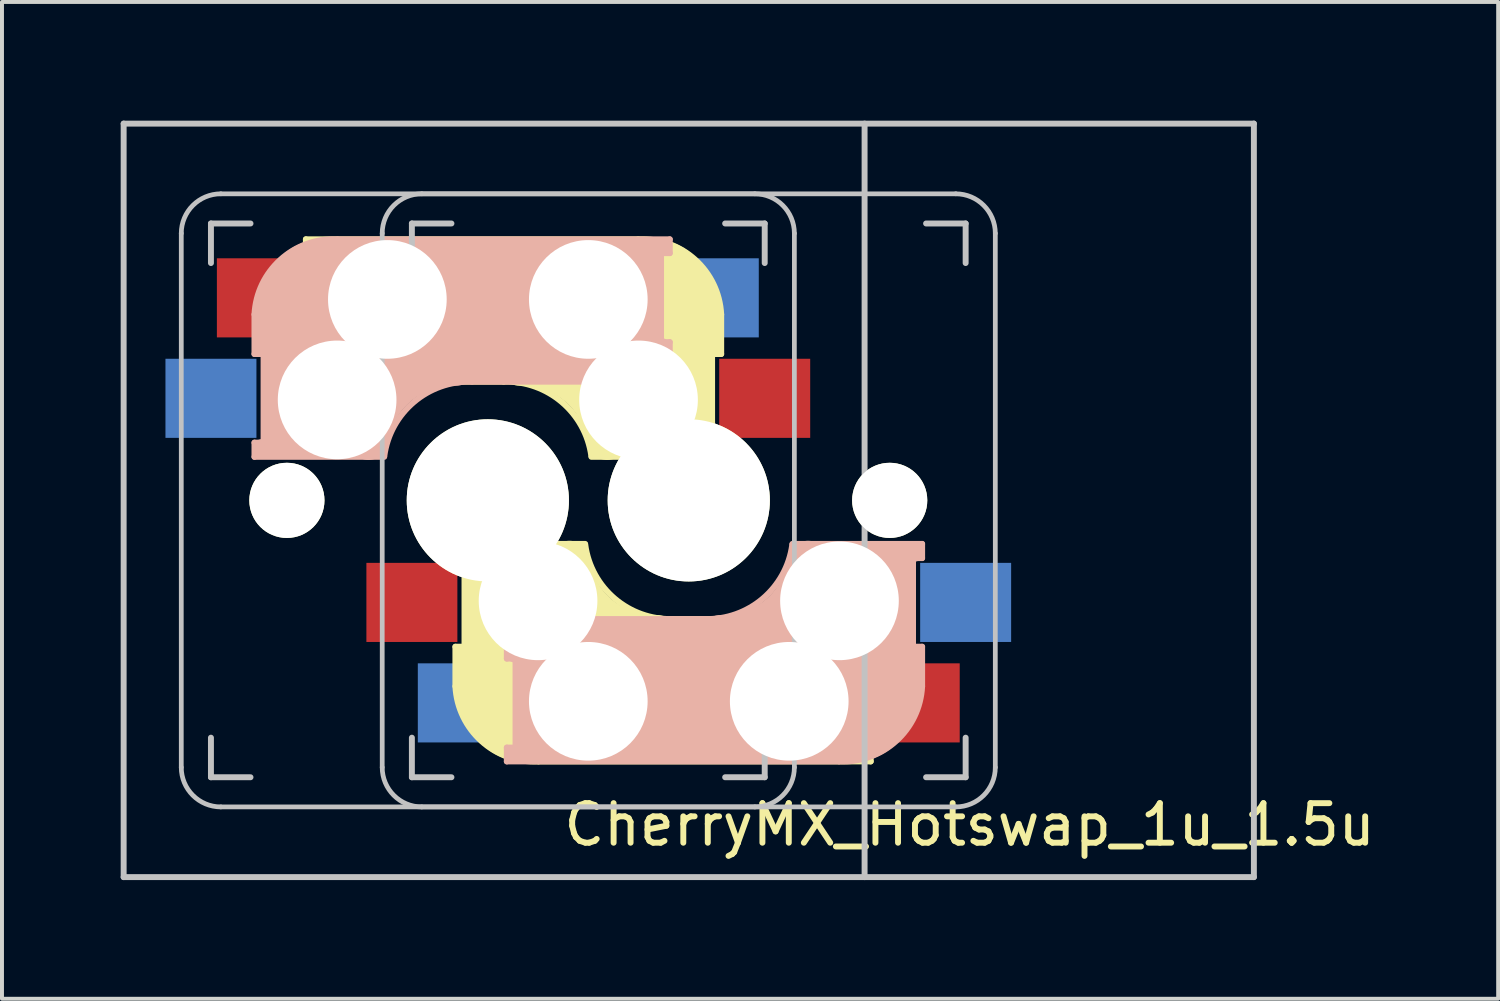
<source format=kicad_pcb>
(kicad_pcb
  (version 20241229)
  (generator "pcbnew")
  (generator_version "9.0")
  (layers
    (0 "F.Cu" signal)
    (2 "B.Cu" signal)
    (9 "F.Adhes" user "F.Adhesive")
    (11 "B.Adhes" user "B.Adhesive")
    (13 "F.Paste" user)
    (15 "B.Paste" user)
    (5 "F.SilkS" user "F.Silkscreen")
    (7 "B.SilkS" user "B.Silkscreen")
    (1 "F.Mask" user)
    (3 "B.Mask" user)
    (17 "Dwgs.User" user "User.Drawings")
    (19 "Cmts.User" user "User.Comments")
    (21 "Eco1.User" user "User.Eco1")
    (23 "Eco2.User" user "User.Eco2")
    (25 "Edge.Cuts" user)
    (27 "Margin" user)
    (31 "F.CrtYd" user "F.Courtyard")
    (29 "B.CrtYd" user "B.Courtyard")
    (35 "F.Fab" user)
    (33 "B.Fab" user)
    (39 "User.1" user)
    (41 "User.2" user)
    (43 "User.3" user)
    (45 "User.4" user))
  (footprint "CherryMX_Hotswap_1u_1.5u"
    (layer "F.Cu")
    (at 14.363 9.6)
    (property "Reference" "CherryMX_Hotswap_1u_1.5u" (at 7.1 8.2 0) (layer "F.SilkS") (effects (font (size 1 1) (thickness 0.15))))
    (attr through_hole)
    (fp_line (start -9.68 -6.6) (end -1.28 -6.6) (stroke (width 0.15) (type solid)) (layer "F.SilkS"))
    (fp_line (start -9.68 -6.25) (end -9.68 -6.6) (stroke (width 0.15) (type solid)) (layer "F.SilkS"))
    (fp_line (start -9.68 -4) (end -9.48 -4) (stroke (width 0.15) (type solid)) (layer "F.SilkS"))
    (fp_line (start -9.68 -3) (end -9.68 -4) (stroke (width 0.15) (type solid)) (layer "F.SilkS"))
    (fp_line (start -9.48 -6.4) (end -8.08 -6.4) (stroke (width 0.4) (type solid)) (layer "F.SilkS"))
    (fp_line (start -9.48 -6.25) (end -9.68 -6.25) (stroke (width 0.15) (type solid)) (layer "F.SilkS"))
    (fp_line (start -9.48 -3.9) (end -9.48 -3.2) (stroke (width 0.4) (type solid)) (layer "F.SilkS"))
    (fp_line (start -9.46 -4) (end -9.46 -6.25) (stroke (width 0.15) (type solid)) (layer "F.SilkS"))
    (fp_line (start -9.38 -3.3) (end -7.98 -3.3) (stroke (width 0.5) (type solid)) (layer "F.SilkS"))
    (fp_line (start -8.98 -6) (end -8.98 -3.5) (stroke (width 1) (type solid)) (layer "F.SilkS"))
    (fp_line (start -7.68 -4.8) (end -0.98 -4.8) (stroke (width 3.5) (type solid)) (layer "F.SilkS"))
    (fp_line (start -5.9 1.1) (end -5.9 1.46) (stroke (width 0.15) (type solid)) (layer "F.SilkS"))
    (fp_line (start -5.9 1.1) (end -2.62 1.1) (stroke (width 0.15) (type solid)) (layer "F.SilkS"))
    (fp_line (start -5.9 3.7) (end -5.7 3.7) (stroke (width 0.15) (type solid)) (layer "F.SilkS"))
    (fp_line (start -5.9 4.7) (end -5.9 3.7) (stroke (width 0.15) (type solid)) (layer "F.SilkS"))
    (fp_line (start -5.8 3.8) (end -5.8 4.7) (stroke (width 0.3) (type solid)) (layer "F.SilkS"))
    (fp_line (start -5.7 1.3) (end -3 1.3) (stroke (width 0.5) (type solid)) (layer "F.SilkS"))
    (fp_line (start -5.7 1.46) (end -5.9 1.46) (stroke (width 0.15) (type solid)) (layer "F.SilkS"))
    (fp_line (start -5.67 3.7) (end -5.67 1.46) (stroke (width 0.15) (type solid)) (layer "F.SilkS"))
    (fp_line (start -5.3 1.6) (end -5.3 3.4) (stroke (width 0.8) (type solid)) (layer "F.SilkS"))
    (fp_line (start -4.68 -3) (end -9.68 -3) (stroke (width 0.15) (type solid)) (layer "F.SilkS"))
    (fp_line (start -4.17 5.1) (end -4.17 2.86) (stroke (width 3) (type solid)) (layer "F.SilkS"))
    (fp_line (start -0.91 -5.1) (end -0.91 -2.86) (stroke (width 3) (type solid)) (layer "F.SilkS"))
    (fp_line (start -0.4 3) (end 4.6 3) (stroke (width 0.15) (type solid)) (layer "F.SilkS"))
    (fp_line (start 0.22 -1.6) (end 0.22 -3.4) (stroke (width 0.8) (type solid)) (layer "F.SilkS"))
    (fp_line (start 0.59 -3.7) (end 0.59 -1.46) (stroke (width 0.15) (type solid)) (layer "F.SilkS"))
    (fp_line (start 0.62 -1.46) (end 0.82 -1.46) (stroke (width 0.15) (type solid)) (layer "F.SilkS"))
    (fp_line (start 0.62 -1.3) (end -2.08 -1.3) (stroke (width 0.5) (type solid)) (layer "F.SilkS"))
    (fp_line (start 0.72 -3.8) (end 0.72 -4.7) (stroke (width 0.3) (type solid)) (layer "F.SilkS"))
    (fp_line (start 0.82 -4.7) (end 0.82 -3.7) (stroke (width 0.15) (type solid)) (layer "F.SilkS"))
    (fp_line (start 0.82 -3.7) (end 0.62 -3.7) (stroke (width 0.15) (type solid)) (layer "F.SilkS"))
    (fp_line (start 0.82 -1.1) (end -2.46 -1.1) (stroke (width 0.15) (type solid)) (layer "F.SilkS"))
    (fp_line (start 0.82 -1.1) (end 0.82 -1.46) (stroke (width 0.15) (type solid)) (layer "F.SilkS"))
    (fp_line (start 2.6 4.8) (end -4.1 4.8) (stroke (width 3.5) (type solid)) (layer "F.SilkS"))
    (fp_line (start 3.9 6) (end 3.9 3.5) (stroke (width 1) (type solid)) (layer "F.SilkS"))
    (fp_line (start 4.3 3.3) (end 2.9 3.3) (stroke (width 0.5) (type solid)) (layer "F.SilkS"))
    (fp_line (start 4.38 4) (end 4.38 6.25) (stroke (width 0.15) (type solid)) (layer "F.SilkS"))
    (fp_line (start 4.4 3.9) (end 4.4 3.2) (stroke (width 0.4) (type solid)) (layer "F.SilkS"))
    (fp_line (start 4.4 6.25) (end 4.6 6.25) (stroke (width 0.15) (type solid)) (layer "F.SilkS"))
    (fp_line (start 4.4 6.4) (end 3 6.4) (stroke (width 0.4) (type solid)) (layer "F.SilkS"))
    (fp_line (start 4.6 3) (end 4.6 4) (stroke (width 0.15) (type solid)) (layer "F.SilkS"))
    (fp_line (start 4.6 4) (end 4.4 4) (stroke (width 0.15) (type solid)) (layer "F.SilkS"))
    (fp_line (start 4.6 6.25) (end 4.6 6.6) (stroke (width 0.15) (type solid)) (layer "F.SilkS"))
    (fp_line (start 4.6 6.6) (end -3.8 6.6) (stroke (width 0.15) (type solid)) (layer "F.SilkS"))
    (fp_arc (start -4.68 -3) (mid -3.211291 -2.486118) (end -2.463682 -1.121471) (stroke (width 0.15) (type solid)) (layer "F.SilkS"))
    (fp_arc (start -4.28 -3.4) (mid -2.811291 -2.886118) (end -2.063682 -1.521471) (stroke (width 1) (type solid)) (layer "F.SilkS"))
    (fp_arc (start -3.8 6.600001) (mid -5.243504 6.084925) (end -5.900001 4.7) (stroke (width 0.15) (type solid)) (layer "F.SilkS"))
    (fp_arc (start -1.28 -6.600001) (mid 0.163504 -6.084925) (end 0.820001 -4.7) (stroke (width 0.15) (type solid)) (layer "F.SilkS"))
    (fp_arc (start -0.8 3.4) (mid -2.268709 2.886118) (end -3.016318 1.521471) (stroke (width 1) (type solid)) (layer "F.SilkS"))
    (fp_arc (start -0.4 3) (mid -1.868709 2.486118) (end -2.616318 1.121471) (stroke (width 0.15) (type solid)) (layer "F.SilkS"))
    (fp_line (start -10.98 -4.7) (end -10.98 -3.7) (stroke (width 0.15) (type solid)) (layer "B.SilkS"))
    (fp_line (start -10.98 -3.7) (end -10.78 -3.7) (stroke (width 0.15) (type solid)) (layer "B.SilkS"))
    (fp_line (start -10.98 -1.1) (end -10.98 -1.46) (stroke (width 0.15) (type solid)) (layer "B.SilkS"))
    (fp_line (start -10.98 -1.1) (end -7.7 -1.1) (stroke (width 0.15) (type solid)) (layer "B.SilkS"))
    (fp_line (start -10.88 -3.8) (end -10.88 -4.7) (stroke (width 0.3) (type solid)) (layer "B.SilkS"))
    (fp_line (start -10.78 -1.46) (end -10.98 -1.46) (stroke (width 0.15) (type solid)) (layer "B.SilkS"))
    (fp_line (start -10.78 -1.3) (end -8.08 -1.3) (stroke (width 0.5) (type solid)) (layer "B.SilkS"))
    (fp_line (start -10.75 -3.7) (end -10.75 -1.46) (stroke (width 0.15) (type solid)) (layer "B.SilkS"))
    (fp_line (start -10.38 -1.6) (end -10.38 -3.4) (stroke (width 0.8) (type solid)) (layer "B.SilkS"))
    (fp_line (start -9.25 -5.1) (end -9.25 -2.86) (stroke (width 3) (type solid)) (layer "B.SilkS"))
    (fp_line (start -5.48 -3) (end -0.48 -3) (stroke (width 0.15) (type solid)) (layer "B.SilkS"))
    (fp_line (start -4.6 3) (end -4.6 4) (stroke (width 0.15) (type solid)) (layer "B.SilkS"))
    (fp_line (start -4.6 4) (end -4.4 4) (stroke (width 0.15) (type solid)) (layer "B.SilkS"))
    (fp_line (start -4.6 6.25) (end -4.6 6.6) (stroke (width 0.15) (type solid)) (layer "B.SilkS"))
    (fp_line (start -4.6 6.6) (end 3.8 6.6) (stroke (width 0.15) (type solid)) (layer "B.SilkS"))
    (fp_line (start -4.4 3.9) (end -4.4 3.2) (stroke (width 0.4) (type solid)) (layer "B.SilkS"))
    (fp_line (start -4.4 6.25) (end -4.6 6.25) (stroke (width 0.15) (type solid)) (layer "B.SilkS"))
    (fp_line (start -4.4 6.4) (end -3 6.4) (stroke (width 0.4) (type solid)) (layer "B.SilkS"))
    (fp_line (start -4.38 4) (end -4.38 6.25) (stroke (width 0.15) (type solid)) (layer "B.SilkS"))
    (fp_line (start -4.3 3.3) (end -2.9 3.3) (stroke (width 0.5) (type solid)) (layer "B.SilkS"))
    (fp_line (start -3.9 6) (end -3.9 3.5) (stroke (width 1) (type solid)) (layer "B.SilkS"))
    (fp_line (start -2.6 4.8) (end 4.1 4.8) (stroke (width 3.5) (type solid)) (layer "B.SilkS"))
    (fp_line (start -2.48 -4.8) (end -9.18 -4.8) (stroke (width 3.5) (type solid)) (layer "B.SilkS"))
    (fp_line (start -1.18 -6) (end -1.18 -3.5) (stroke (width 1) (type solid)) (layer "B.SilkS"))
    (fp_line (start -0.78 -3.3) (end -2.18 -3.3) (stroke (width 0.5) (type solid)) (layer "B.SilkS"))
    (fp_line (start -0.7 -4) (end -0.7 -6.25) (stroke (width 0.15) (type solid)) (layer "B.SilkS"))
    (fp_line (start -0.68 -6.4) (end -2.08 -6.4) (stroke (width 0.4) (type solid)) (layer "B.SilkS"))
    (fp_line (start -0.68 -6.25) (end -0.48 -6.25) (stroke (width 0.15) (type solid)) (layer "B.SilkS"))
    (fp_line (start -0.68 -3.9) (end -0.68 -3.2) (stroke (width 0.4) (type solid)) (layer "B.SilkS"))
    (fp_line (start -0.48 -6.6) (end -8.88 -6.6) (stroke (width 0.15) (type solid)) (layer "B.SilkS"))
    (fp_line (start -0.48 -6.25) (end -0.48 -6.6) (stroke (width 0.15) (type solid)) (layer "B.SilkS"))
    (fp_line (start -0.48 -4) (end -0.68 -4) (stroke (width 0.15) (type solid)) (layer "B.SilkS"))
    (fp_line (start -0.48 -3) (end -0.48 -4) (stroke (width 0.15) (type solid)) (layer "B.SilkS"))
    (fp_line (start 0.4 3) (end -4.6 3) (stroke (width 0.15) (type solid)) (layer "B.SilkS"))
    (fp_line (start 4.17 5.1) (end 4.17 2.86) (stroke (width 3) (type solid)) (layer "B.SilkS"))
    (fp_line (start 5.3 1.6) (end 5.3 3.4) (stroke (width 0.8) (type solid)) (layer "B.SilkS"))
    (fp_line (start 5.67 3.7) (end 5.67 1.46) (stroke (width 0.15) (type solid)) (layer "B.SilkS"))
    (fp_line (start 5.7 1.3) (end 3 1.3) (stroke (width 0.5) (type solid)) (layer "B.SilkS"))
    (fp_line (start 5.7 1.46) (end 5.9 1.46) (stroke (width 0.15) (type solid)) (layer "B.SilkS"))
    (fp_line (start 5.8 3.8) (end 5.8 4.7) (stroke (width 0.3) (type solid)) (layer "B.SilkS"))
    (fp_line (start 5.9 1.1) (end 2.62 1.1) (stroke (width 0.15) (type solid)) (layer "B.SilkS"))
    (fp_line (start 5.9 1.1) (end 5.9 1.46) (stroke (width 0.15) (type solid)) (layer "B.SilkS"))
    (fp_line (start 5.9 3.7) (end 5.7 3.7) (stroke (width 0.15) (type solid)) (layer "B.SilkS"))
    (fp_line (start 5.9 4.7) (end 5.9 3.7) (stroke (width 0.15) (type solid)) (layer "B.SilkS"))
    (fp_arc (start -10.98 -4.699999) (mid -10.323504 -6.084924) (end -8.880001 -6.6) (stroke (width 0.15) (type solid)) (layer "B.SilkS"))
    (fp_arc (start -8.096318 -1.521471) (mid -7.348709 -2.886118) (end -5.88 -3.4) (stroke (width 1) (type solid)) (layer "B.SilkS"))
    (fp_arc (start -7.696318 -1.121471) (mid -6.948709 -2.486118) (end -5.48 -3) (stroke (width 0.15) (type solid)) (layer "B.SilkS"))
    (fp_arc (start 2.616318 1.121471) (mid 1.868709 2.486118) (end 0.4 3) (stroke (width 0.15) (type solid)) (layer "B.SilkS"))
    (fp_arc (start 3.016318 1.521471) (mid 2.268709 2.886118) (end 0.8 3.4) (stroke (width 1) (type solid)) (layer "B.SilkS"))
    (fp_arc (start 5.9 4.699999) (mid 5.243504 6.084924) (end 3.800001 6.6) (stroke (width 0.15) (type solid)) (layer "B.SilkS"))
    (fp_line (start -14.287 -9.525) (end 14.287 -9.525) (stroke (width 0.15) (type solid)) (layer "Dwgs.User"))
    (fp_line (start -14.287 9.525) (end -14.287 -9.525) (stroke (width 0.15) (type solid)) (layer "Dwgs.User"))
    (fp_line (start -12.83 6.75) (end -12.83 -6.75) (stroke (width 0.12) (type solid)) (layer "Dwgs.User"))
    (fp_line (start -12.08 -7) (end -11.08 -7) (stroke (width 0.15) (type solid)) (layer "Dwgs.User"))
    (fp_line (start -12.08 -6) (end -12.08 -7) (stroke (width 0.15) (type solid)) (layer "Dwgs.User"))
    (fp_line (start -12.08 6) (end -12.08 7) (stroke (width 0.15) (type solid)) (layer "Dwgs.User"))
    (fp_line (start -12.08 7) (end -11.08 7) (stroke (width 0.15) (type solid)) (layer "Dwgs.User"))
    (fp_line (start -11.83 -7.75) (end 1.67 -7.75) (stroke (width 0.12) (type solid)) (layer "Dwgs.User"))
    (fp_line (start -11.83 7.75) (end 1.67 7.75) (stroke (width 0.12) (type solid)) (layer "Dwgs.User"))
    (fp_line (start -7.75 -6.75) (end -7.75 6.75) (stroke (width 0.12) (type solid)) (layer "Dwgs.User"))
    (fp_line (start -7 -7) (end -7 -6) (stroke (width 0.15) (type solid)) (layer "Dwgs.User"))
    (fp_line (start -7 7) (end -7 6) (stroke (width 0.15) (type solid)) (layer "Dwgs.User"))
    (fp_line (start -7 7) (end -6 7) (stroke (width 0.15) (type solid)) (layer "Dwgs.User"))
    (fp_line (start -6 -7) (end -7 -7) (stroke (width 0.15) (type solid)) (layer "Dwgs.User"))
    (fp_line (start 0.92 7) (end 1.92 7) (stroke (width 0.15) (type solid)) (layer "Dwgs.User"))
    (fp_line (start 1.92 -7) (end 0.92 -7) (stroke (width 0.15) (type solid)) (layer "Dwgs.User"))
    (fp_line (start 1.92 -7) (end 1.92 -6) (stroke (width 0.15) (type solid)) (layer "Dwgs.User"))
    (fp_line (start 1.92 7) (end 1.92 6) (stroke (width 0.15) (type solid)) (layer "Dwgs.User"))
    (fp_line (start 2.67 6.75) (end 2.67 -6.75) (stroke (width 0.12) (type solid)) (layer "Dwgs.User"))
    (fp_line (start 4.445 -9.525) (end 4.445 9.525) (stroke (width 0.15) (type solid)) (layer "Dwgs.User"))
    (fp_line (start 6.75 -7.75) (end -6.75 -7.75) (stroke (width 0.12) (type solid)) (layer "Dwgs.User"))
    (fp_line (start 6.75 7.75) (end -6.75 7.75) (stroke (width 0.12) (type solid)) (layer "Dwgs.User"))
    (fp_line (start 7 -7) (end 6 -7) (stroke (width 0.15) (type solid)) (layer "Dwgs.User"))
    (fp_line (start 7 -6) (end 7 -7) (stroke (width 0.15) (type solid)) (layer "Dwgs.User"))
    (fp_line (start 7 6) (end 7 7) (stroke (width 0.15) (type solid)) (layer "Dwgs.User"))
    (fp_line (start 7 7) (end 6 7) (stroke (width 0.15) (type solid)) (layer "Dwgs.User"))
    (fp_line (start 7.75 -6.75) (end 7.75 6.75) (stroke (width 0.12) (type solid)) (layer "Dwgs.User"))
    (fp_line (start 14.287 -9.525) (end 14.287 9.525) (stroke (width 0.15) (type solid)) (layer "Dwgs.User"))
    (fp_line (start 14.287 9.525) (end -14.287 9.525) (stroke (width 0.15) (type solid)) (layer "Dwgs.User"))
    (fp_arc (start -12.83 -6.75) (mid -12.537107 -7.457107) (end -11.83 -7.75) (stroke (width 0.12) (type solid)) (layer "Dwgs.User"))
    (fp_arc (start -11.83 7.75) (mid -12.537107 7.457107) (end -12.83 6.75) (stroke (width 0.12) (type solid)) (layer "Dwgs.User"))
    (fp_arc (start -7.75 -6.75) (mid -7.457107 -7.457107) (end -6.75 -7.75) (stroke (width 0.12) (type solid)) (layer "Dwgs.User"))
    (fp_arc (start -6.75 7.75) (mid -7.457107 7.457107) (end -7.75 6.75) (stroke (width 0.12) (type solid)) (layer "Dwgs.User"))
    (fp_arc (start 1.67 -7.75) (mid 2.377107 -7.457107) (end 2.67 -6.75) (stroke (width 0.12) (type solid)) (layer "Dwgs.User"))
    (fp_arc (start 2.67 6.75) (mid 2.377107 7.457107) (end 1.67 7.75) (stroke (width 0.12) (type solid)) (layer "Dwgs.User"))
    (fp_arc (start 6.75 -7.75) (mid 7.457107 -7.457107) (end 7.75 -6.75) (stroke (width 0.12) (type solid)) (layer "Dwgs.User"))
    (fp_arc (start 7.75 6.75) (mid 7.457107 7.457107) (end 6.75 7.75) (stroke (width 0.12) (type solid)) (layer "Dwgs.User"))
    (pad "" np_thru_hole circle (at -10.16 0) (size 1.9 1.9) (drill 1.9) (layers "*.Cu" "*.Mask" "F.SilkS"))
    (pad "" np_thru_hole circle (at -8.89 -2.54 180) (size 3 3) (drill 3) (layers "*.Cu" "*.Mask"))
    (pad "" np_thru_hole circle (at -7.62 -5.08 180) (size 3 3) (drill 3) (layers "*.Cu" "*.Mask"))
    (pad "" np_thru_hole circle (at -5.08 0 180) (size 1.9 1.9) (drill 1.9) (layers "*.Cu" "*.Mask" "F.SilkS"))
    (pad "" np_thru_hole circle (at -5.08 0 90) (size 4.1 4.1) (drill 4.1) (layers "*.Cu" "*.Mask" "F.SilkS"))
    (pad "" np_thru_hole circle (at -3.81 2.54) (size 3 3) (drill 3) (layers "*.Cu" "*.Mask"))
    (pad "" np_thru_hole circle (at -2.54 -5.08 180) (size 3 3) (drill 3) (layers "*.Cu" "*.Mask"))
    (pad "" np_thru_hole circle (at -2.54 5.08) (size 3 3) (drill 3) (layers "*.Cu" "*.Mask"))
    (pad "" np_thru_hole circle (at -1.27 -2.54 180) (size 3 3) (drill 3) (layers "*.Cu" "*.Mask"))
    (pad "" np_thru_hole circle (at 0 0) (size 1.9 1.9) (drill 1.9) (layers "*.Cu" "*.Mask" "F.SilkS"))
    (pad "" np_thru_hole circle (at 0 0 270) (size 4.1 4.1) (drill 4.1) (layers "*.Cu" "*.Mask" "F.SilkS"))
    (pad "" np_thru_hole circle (at 2.54 5.08) (size 3 3) (drill 3) (layers "*.Cu" "*.Mask"))
    (pad "" np_thru_hole circle (at 3.81 2.54) (size 3 3) (drill 3) (layers "*.Cu" "*.Mask"))
    (pad "" np_thru_hole circle (at 5.08 0 180) (size 1.9 1.9) (drill 1.9) (layers "*.Cu" "*.Mask" "F.SilkS"))
    (pad "1" smd rect (at -12.08 -2.58 180) (size 2.3 2) (layers "B.Cu" "B.Mask" "B.Paste"))
    (pad "1" smd rect (at -7 2.58) (size 2.3 2) (layers "F.Cu" "F.Mask" "F.Paste"))
    (pad "1" smd rect (at 1.92 -2.58 180) (size 2.3 2) (layers "F.Cu" "F.Mask" "F.Paste"))
    (pad "1" smd rect (at 7 2.58) (size 2.3 2) (layers "B.Cu" "B.Mask" "B.Paste"))
    (pad "2" smd rect (at -10.78 -5.12 180) (size 2.3 2) (layers "F.Cu" "F.Mask" "F.Paste"))
    (pad "2" smd rect (at -5.7 5.12) (size 2.3 2) (layers "B.Cu" "B.Mask" "B.Paste"))
    (pad "2" smd rect (at 0.62 -5.12 180) (size 2.3 2) (layers "B.Cu" "B.Mask" "B.Paste"))
    (pad "2" smd rect (at 5.7 5.12) (size 2.3 2) (layers "F.Cu" "F.Mask" "F.Paste")))
  (gr_rect
    (start -3 -3)
    (end 34.826 22.2)
    (stroke (width 0.1) (type default))
    (fill no)
    (layer "Edge.Cuts")))
</source>
